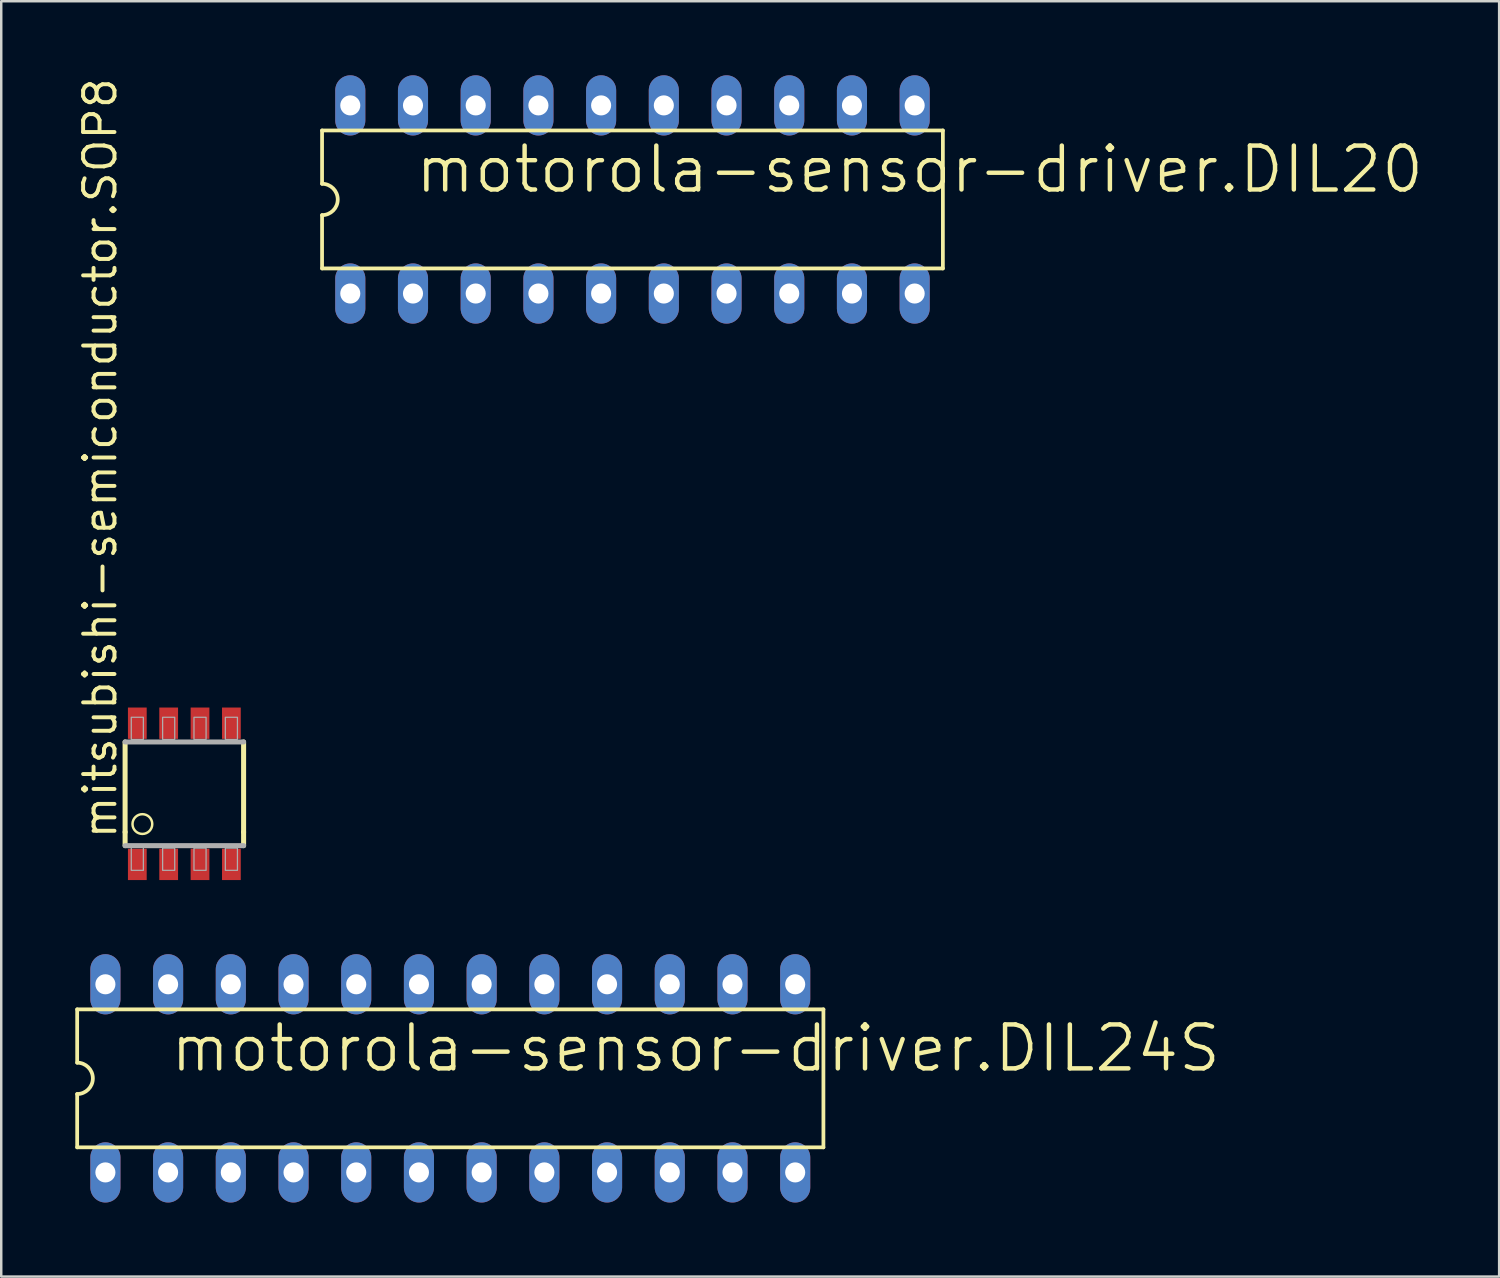
<source format=kicad_pcb>
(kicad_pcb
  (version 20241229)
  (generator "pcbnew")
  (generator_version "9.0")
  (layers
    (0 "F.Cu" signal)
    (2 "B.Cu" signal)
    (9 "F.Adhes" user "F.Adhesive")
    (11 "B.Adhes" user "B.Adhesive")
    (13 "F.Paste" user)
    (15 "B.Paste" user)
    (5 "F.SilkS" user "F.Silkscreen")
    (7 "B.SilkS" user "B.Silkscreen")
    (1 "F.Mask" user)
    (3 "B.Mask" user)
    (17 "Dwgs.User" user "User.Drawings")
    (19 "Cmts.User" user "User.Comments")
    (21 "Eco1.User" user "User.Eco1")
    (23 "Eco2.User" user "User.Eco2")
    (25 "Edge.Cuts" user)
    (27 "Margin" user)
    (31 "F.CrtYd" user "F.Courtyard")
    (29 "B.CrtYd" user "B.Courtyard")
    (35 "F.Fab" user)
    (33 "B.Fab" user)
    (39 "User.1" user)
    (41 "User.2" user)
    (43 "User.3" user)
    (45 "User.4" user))
  (footprint "motorola-sensor-driver.DIL24S"
    (layer "F.Cu")
    (at 15.189 40.628)
    (property "Reference" "motorola-sensor-driver.DIL24S" (at -11.43 -0.178 0) (layer "F.SilkS") (effects (font (size 1.778 1.778) (thickness 0.18)) (justify left bottom)))
    (attr through_hole)
    (fp_line (start -15.113 -2.794) (end -15.113 -0.635) (stroke (width 0.152) (type default)) (layer "F.SilkS"))
    (fp_line (start -15.113 -2.794) (end 15.113 -2.794) (stroke (width 0.152) (type default)) (layer "F.SilkS"))
    (fp_line (start -15.113 0.635) (end -15.113 2.794) (stroke (width 0.152) (type default)) (layer "F.SilkS"))
    (fp_line (start 15.113 2.794) (end -15.113 2.794) (stroke (width 0.152) (type default)) (layer "F.SilkS"))
    (fp_line (start 15.113 2.794) (end 15.113 -2.794) (stroke (width 0.152) (type default)) (layer "F.SilkS"))
    (fp_arc (start -15.113 -0.635) (mid -14.478 0) (end -15.113 0.635) (stroke (width 0.1524) (type default)) (layer "F.SilkS"))
    (pad "1" thru_hole oval (at -13.97 3.81 90) (size 2.438 1.219) (drill 0.813) (layers "*.Cu" "*.Mask"))
    (pad "2" thru_hole oval (at -11.43 3.81 90) (size 2.438 1.219) (drill 0.813) (layers "*.Cu" "*.Mask"))
    (pad "3" thru_hole oval (at -8.89 3.81 90) (size 2.438 1.219) (drill 0.813) (layers "*.Cu" "*.Mask"))
    (pad "4" thru_hole oval (at -6.35 3.81 90) (size 2.438 1.219) (drill 0.813) (layers "*.Cu" "*.Mask"))
    (pad "5" thru_hole oval (at -3.81 3.81 90) (size 2.438 1.219) (drill 0.813) (layers "*.Cu" "*.Mask"))
    (pad "6" thru_hole oval (at -1.27 3.81 90) (size 2.438 1.219) (drill 0.813) (layers "*.Cu" "*.Mask"))
    (pad "7" thru_hole oval (at 1.27 3.81 90) (size 2.438 1.219) (drill 0.813) (layers "*.Cu" "*.Mask"))
    (pad "8" thru_hole oval (at 3.81 3.81 90) (size 2.438 1.219) (drill 0.813) (layers "*.Cu" "*.Mask"))
    (pad "9" thru_hole oval (at 6.35 3.81 90) (size 2.438 1.219) (drill 0.813) (layers "*.Cu" "*.Mask"))
    (pad "10" thru_hole oval (at 8.89 3.81 90) (size 2.438 1.219) (drill 0.813) (layers "*.Cu" "*.Mask"))
    (pad "11" thru_hole oval (at 11.43 3.81 90) (size 2.438 1.219) (drill 0.813) (layers "*.Cu" "*.Mask"))
    (pad "12" thru_hole oval (at 13.97 3.81 90) (size 2.438 1.219) (drill 0.813) (layers "*.Cu" "*.Mask"))
    (pad "13" thru_hole oval (at 13.97 -3.81 90) (size 2.438 1.219) (drill 0.813) (layers "*.Cu" "*.Mask"))
    (pad "14" thru_hole oval (at 11.43 -3.81 90) (size 2.438 1.219) (drill 0.813) (layers "*.Cu" "*.Mask"))
    (pad "15" thru_hole oval (at 8.89 -3.81 90) (size 2.438 1.219) (drill 0.813) (layers "*.Cu" "*.Mask"))
    (pad "16" thru_hole oval (at 6.35 -3.81 90) (size 2.438 1.219) (drill 0.813) (layers "*.Cu" "*.Mask"))
    (pad "17" thru_hole oval (at 3.81 -3.81 90) (size 2.438 1.219) (drill 0.813) (layers "*.Cu" "*.Mask"))
    (pad "18" thru_hole oval (at 1.27 -3.81 90) (size 2.438 1.219) (drill 0.813) (layers "*.Cu" "*.Mask"))
    (pad "19" thru_hole oval (at -1.27 -3.81 90) (size 2.438 1.219) (drill 0.813) (layers "*.Cu" "*.Mask"))
    (pad "20" thru_hole oval (at -3.81 -3.81 90) (size 2.438 1.219) (drill 0.813) (layers "*.Cu" "*.Mask"))
    (pad "21" thru_hole oval (at -6.35 -3.81 90) (size 2.438 1.219) (drill 0.813) (layers "*.Cu" "*.Mask"))
    (pad "22" thru_hole oval (at -8.89 -3.81 90) (size 2.438 1.219) (drill 0.813) (layers "*.Cu" "*.Mask"))
    (pad "23" thru_hole oval (at -11.43 -3.81 90) (size 2.438 1.219) (drill 0.813) (layers "*.Cu" "*.Mask"))
    (pad "24" thru_hole oval (at -13.97 -3.81 90) (size 2.438 1.219) (drill 0.813) (layers "*.Cu" "*.Mask")))
  (footprint "mitsubishi-semiconductor.SOP8"
    (layer "F.Cu")
    (at 4.417 29.103)
    (property "Reference" "mitsubishi-semiconductor.SOP8" (at -2.667 1.905 90) (layer "F.SilkS") (effects (font (size 1.27 1.27) (thickness 0.16)) (justify left bottom)))
    (attr smd)
    (fp_line (start -2.4 1.55) (end -2.4 -2.1) (stroke (width 0.203) (type default)) (layer "F.SilkS"))
    (fp_line (start -2.4 2.1) (end -2.4 1.55) (stroke (width 0.203) (type default)) (layer "F.SilkS"))
    (fp_line (start 2.4 -2.1) (end 2.4 1.55) (stroke (width 0.203) (type default)) (layer "F.SilkS"))
    (fp_line (start 2.4 1.55) (end 2.4 2.1) (stroke (width 0.203) (type default)) (layer "F.SilkS"))
    (fp_circle (center -1.7 1.225) (end -1.3 1.225) (stroke (width 0.1) (type default)) (fill no) (layer "F.SilkS"))
    (fp_line (start -2.4 -2.1) (end 2.4 -2.1) (stroke (width 0.203) (type default)) (layer "F.Fab"))
    (fp_line (start 2.4 2.1) (end -2.4 2.1) (stroke (width 0.203) (type default)) (layer "F.Fab"))
    (fp_rect (start -2.15 -2.2) (end -1.66 -3.1) (stroke (width 0.05) (type default)) (fill no) (layer "F.Fab"))
    (fp_rect (start -2.15 3.1) (end -1.66 2.075) (stroke (width 0.05) (type default)) (fill no) (layer "F.Fab"))
    (fp_rect (start -0.88 -2.2) (end -0.39 -3.1) (stroke (width 0.05) (type default)) (fill no) (layer "F.Fab"))
    (fp_rect (start -0.88 3.1) (end -0.39 2.2) (stroke (width 0.05) (type default)) (fill no) (layer "F.Fab"))
    (fp_rect (start 0.39 -2.2) (end 0.88 -3.1) (stroke (width 0.05) (type default)) (fill no) (layer "F.Fab"))
    (fp_rect (start 0.39 3.1) (end 0.88 2.2) (stroke (width 0.05) (type default)) (fill no) (layer "F.Fab"))
    (fp_rect (start 1.66 -2.2) (end 2.15 -3.1) (stroke (width 0.05) (type default)) (fill no) (layer "F.Fab"))
    (fp_rect (start 1.66 3.1) (end 2.15 2.2) (stroke (width 0.05) (type default)) (fill no) (layer "F.Fab"))
    (pad "1" smd roundrect (at -1.905 2.86) (size 0.76 1.27) (layers "F.Cu" "F.Mask" "F.Paste") (roundrect_rratio 0.01))
    (pad "2" smd roundrect (at -0.635 2.86) (size 0.76 1.27) (layers "F.Cu" "F.Mask" "F.Paste") (roundrect_rratio 0.01))
    (pad "3" smd roundrect (at 0.635 2.86) (size 0.76 1.27) (layers "F.Cu" "F.Mask" "F.Paste") (roundrect_rratio 0.01))
    (pad "4" smd roundrect (at 1.905 2.86) (size 0.76 1.27) (layers "F.Cu" "F.Mask" "F.Paste") (roundrect_rratio 0.01))
    (pad "5" smd roundrect (at 1.905 -2.86) (size 0.76 1.27) (layers "F.Cu" "F.Mask" "F.Paste") (roundrect_rratio 0.01))
    (pad "6" smd roundrect (at 0.635 -2.86) (size 0.76 1.27) (layers "F.Cu" "F.Mask" "F.Paste") (roundrect_rratio 0.01))
    (pad "7" smd roundrect (at -0.635 -2.86) (size 0.76 1.27) (layers "F.Cu" "F.Mask" "F.Paste") (roundrect_rratio 0.01))
    (pad "8" smd roundrect (at -1.905 -2.86) (size 0.76 1.27) (layers "F.Cu" "F.Mask" "F.Paste") (roundrect_rratio 0.01)))
  (footprint "motorola-sensor-driver.DIL20"
    (layer "F.Cu")
    (at 22.568 5.029)
    (property "Reference" "motorola-sensor-driver.DIL20" (at -8.89 -0.178 0) (layer "F.SilkS") (effects (font (size 1.778 1.778) (thickness 0.18)) (justify left bottom)))
    (attr through_hole)
    (fp_line (start -12.573 -2.794) (end -12.573 -0.635) (stroke (width 0.152) (type default)) (layer "F.SilkS"))
    (fp_line (start -12.573 -2.794) (end 12.573 -2.794) (stroke (width 0.152) (type default)) (layer "F.SilkS"))
    (fp_line (start -12.573 0.635) (end -12.573 2.794) (stroke (width 0.152) (type default)) (layer "F.SilkS"))
    (fp_line (start 12.573 2.794) (end -12.573 2.794) (stroke (width 0.152) (type default)) (layer "F.SilkS"))
    (fp_line (start 12.573 2.794) (end 12.573 -2.794) (stroke (width 0.152) (type default)) (layer "F.SilkS"))
    (fp_arc (start -12.573 -0.635) (mid -11.938 0) (end -12.573 0.635) (stroke (width 0.1524) (type default)) (layer "F.SilkS"))
    (pad "1" thru_hole oval (at -11.43 3.81 90) (size 2.438 1.219) (drill 0.813) (layers "*.Cu" "*.Mask"))
    (pad "2" thru_hole oval (at -8.89 3.81 90) (size 2.438 1.219) (drill 0.813) (layers "*.Cu" "*.Mask"))
    (pad "3" thru_hole oval (at -6.35 3.81 90) (size 2.438 1.219) (drill 0.813) (layers "*.Cu" "*.Mask"))
    (pad "4" thru_hole oval (at -3.81 3.81 90) (size 2.438 1.219) (drill 0.813) (layers "*.Cu" "*.Mask"))
    (pad "5" thru_hole oval (at -1.27 3.81 90) (size 2.438 1.219) (drill 0.813) (layers "*.Cu" "*.Mask"))
    (pad "6" thru_hole oval (at 1.27 3.81 90) (size 2.438 1.219) (drill 0.813) (layers "*.Cu" "*.Mask"))
    (pad "7" thru_hole oval (at 3.81 3.81 90) (size 2.438 1.219) (drill 0.813) (layers "*.Cu" "*.Mask"))
    (pad "8" thru_hole oval (at 6.35 3.81 90) (size 2.438 1.219) (drill 0.813) (layers "*.Cu" "*.Mask"))
    (pad "9" thru_hole oval (at 8.89 3.81 90) (size 2.438 1.219) (drill 0.813) (layers "*.Cu" "*.Mask"))
    (pad "10" thru_hole oval (at 11.43 3.81 90) (size 2.438 1.219) (drill 0.813) (layers "*.Cu" "*.Mask"))
    (pad "11" thru_hole oval (at 11.43 -3.81 90) (size 2.438 1.219) (drill 0.813) (layers "*.Cu" "*.Mask"))
    (pad "12" thru_hole oval (at 8.89 -3.81 90) (size 2.438 1.219) (drill 0.813) (layers "*.Cu" "*.Mask"))
    (pad "13" thru_hole oval (at 6.35 -3.81 90) (size 2.438 1.219) (drill 0.813) (layers "*.Cu" "*.Mask"))
    (pad "14" thru_hole oval (at 3.81 -3.81 90) (size 2.438 1.219) (drill 0.813) (layers "*.Cu" "*.Mask"))
    (pad "15" thru_hole oval (at 1.27 -3.81 90) (size 2.438 1.219) (drill 0.813) (layers "*.Cu" "*.Mask"))
    (pad "16" thru_hole oval (at -1.27 -3.81 90) (size 2.438 1.219) (drill 0.813) (layers "*.Cu" "*.Mask"))
    (pad "17" thru_hole oval (at -3.81 -3.81 90) (size 2.438 1.219) (drill 0.813) (layers "*.Cu" "*.Mask"))
    (pad "18" thru_hole oval (at -6.35 -3.81 90) (size 2.438 1.219) (drill 0.813) (layers "*.Cu" "*.Mask"))
    (pad "19" thru_hole oval (at -8.89 -3.81 90) (size 2.438 1.219) (drill 0.813) (layers "*.Cu" "*.Mask"))
    (pad "20" thru_hole oval (at -11.43 -3.81 90) (size 2.438 1.219) (drill 0.813) (layers "*.Cu" "*.Mask")))
  (gr_rect
    (start -3 -3)
    (end 57.672 48.657)
    (stroke (width 0.1) (type default))
    (fill no)
    (layer "Edge.Cuts")))
</source>
